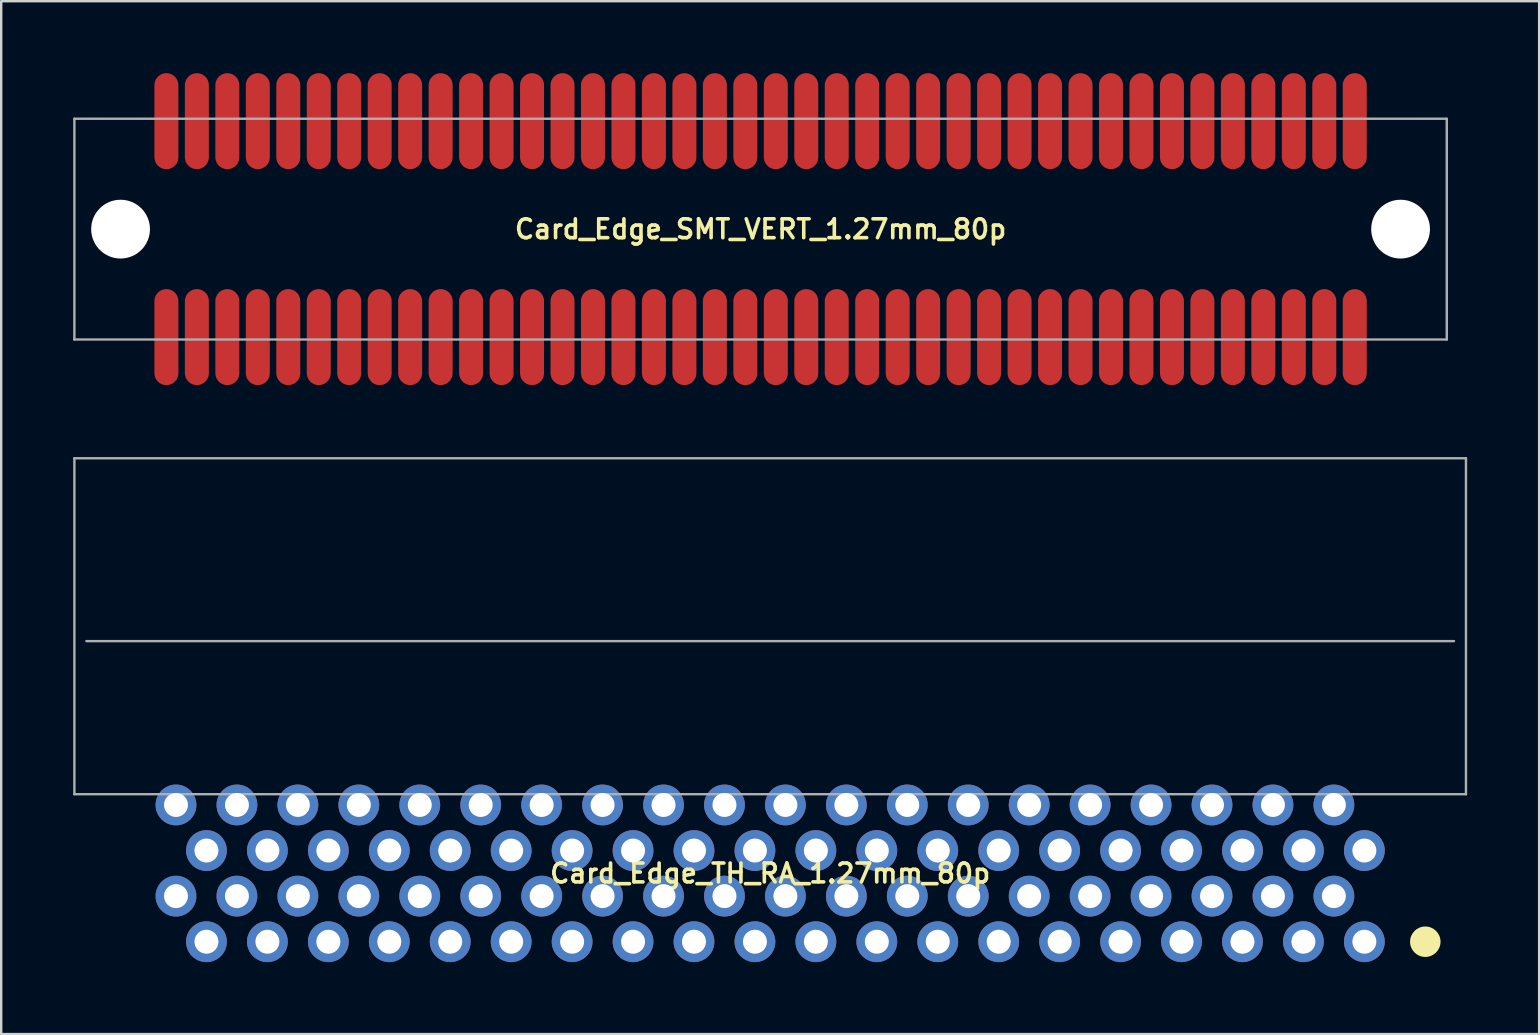
<source format=kicad_pcb>
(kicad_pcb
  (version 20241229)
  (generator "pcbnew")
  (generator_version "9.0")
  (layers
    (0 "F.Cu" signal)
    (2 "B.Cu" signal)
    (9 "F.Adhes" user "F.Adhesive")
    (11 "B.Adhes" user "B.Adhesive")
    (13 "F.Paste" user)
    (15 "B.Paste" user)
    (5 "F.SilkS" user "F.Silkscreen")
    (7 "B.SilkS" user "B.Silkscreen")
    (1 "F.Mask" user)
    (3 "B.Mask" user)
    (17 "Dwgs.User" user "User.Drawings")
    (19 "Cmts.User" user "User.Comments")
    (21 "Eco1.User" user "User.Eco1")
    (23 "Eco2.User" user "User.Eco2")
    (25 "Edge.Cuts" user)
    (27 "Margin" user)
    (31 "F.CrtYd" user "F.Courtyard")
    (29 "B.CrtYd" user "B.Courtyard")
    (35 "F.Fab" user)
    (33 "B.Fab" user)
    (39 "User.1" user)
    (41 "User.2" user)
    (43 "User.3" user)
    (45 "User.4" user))
  (footprint "Card_Edge_SMT_VERT_1.27mm_80p"
    (layer "F.Cu")
    (at 28.65 6.5)
    (property "Reference" "Card_Edge_SMT_VERT_1.27mm_80p" (at 0 0 0) (layer "F.SilkS") (effects (font (size 0.787 0.787) (thickness 0.15))))
    (attr smd)
    (fp_line (start -28.6 -4.6) (end 28.6 -4.6) (stroke (width 0.1) (type solid)) (layer "F.Fab"))
    (fp_line (start -28.6 4.6) (end -28.6 -4.6) (stroke (width 0.1) (type solid)) (layer "F.Fab"))
    (fp_line (start 28.6 -4.6) (end 28.6 4.6) (stroke (width 0.1) (type solid)) (layer "F.Fab"))
    (fp_line (start 28.6 4.6) (end -28.6 4.6) (stroke (width 0.1) (type solid)) (layer "F.Fab"))
    (fp_poly (pts (xy 27.94 4.128) (xy 26.988 3.81) (xy 27.94 3.492)) (stroke (width 0.002) (type solid)) (fill no) (layer "F.Fab"))
    (pad "" np_thru_hole circle (at -26.675 0) (size 2.45 2.45) (drill 2.45) (layers "*.Cu" "*.Mask"))
    (pad "" np_thru_hole circle (at 26.675 0) (size 2.45 2.45) (drill 2.45) (layers "*.Cu" "*.Mask"))
    (pad "1" smd oval (at 24.765 4.5) (size 1 4) (layers "F.Cu" "F.Mask" "F.Paste"))
    (pad "2" smd oval (at 23.495 4.5) (size 1 4) (layers "F.Cu" "F.Mask" "F.Paste"))
    (pad "3" smd oval (at 22.225 4.5) (size 1 4) (layers "F.Cu" "F.Mask" "F.Paste"))
    (pad "4" smd oval (at 20.955 4.5) (size 1 4) (layers "F.Cu" "F.Mask" "F.Paste"))
    (pad "5" smd oval (at 19.685 4.5) (size 1 4) (layers "F.Cu" "F.Mask" "F.Paste"))
    (pad "6" smd oval (at 18.415 4.5) (size 1 4) (layers "F.Cu" "F.Mask" "F.Paste"))
    (pad "7" smd oval (at 17.145 4.5) (size 1 4) (layers "F.Cu" "F.Mask" "F.Paste"))
    (pad "8" smd oval (at 15.875 4.5) (size 1 4) (layers "F.Cu" "F.Mask" "F.Paste"))
    (pad "9" smd oval (at 14.605 4.5) (size 1 4) (layers "F.Cu" "F.Mask" "F.Paste"))
    (pad "10" smd oval (at 13.335 4.5) (size 1 4) (layers "F.Cu" "F.Mask" "F.Paste"))
    (pad "11" smd oval (at 12.065 4.5) (size 1 4) (layers "F.Cu" "F.Mask" "F.Paste"))
    (pad "12" smd oval (at 10.795 4.5) (size 1 4) (layers "F.Cu" "F.Mask" "F.Paste"))
    (pad "13" smd oval (at 9.525 4.5) (size 1 4) (layers "F.Cu" "F.Mask" "F.Paste"))
    (pad "14" smd oval (at 8.255 4.5) (size 1 4) (layers "F.Cu" "F.Mask" "F.Paste"))
    (pad "15" smd oval (at 6.985 4.5) (size 1 4) (layers "F.Cu" "F.Mask" "F.Paste"))
    (pad "16" smd oval (at 5.715 4.5) (size 1 4) (layers "F.Cu" "F.Mask" "F.Paste"))
    (pad "17" smd oval (at 4.445 4.5) (size 1 4) (layers "F.Cu" "F.Mask" "F.Paste"))
    (pad "18" smd oval (at 3.175 4.5) (size 1 4) (layers "F.Cu" "F.Mask" "F.Paste"))
    (pad "19" smd oval (at 1.905 4.5) (size 1 4) (layers "F.Cu" "F.Mask" "F.Paste"))
    (pad "20" smd oval (at 0.635 4.5) (size 1 4) (layers "F.Cu" "F.Mask" "F.Paste"))
    (pad "21" smd oval (at -0.635 4.5) (size 1 4) (layers "F.Cu" "F.Mask" "F.Paste"))
    (pad "22" smd oval (at -1.905 4.5) (size 1 4) (layers "F.Cu" "F.Mask" "F.Paste"))
    (pad "23" smd oval (at -3.175 4.5) (size 1 4) (layers "F.Cu" "F.Mask" "F.Paste"))
    (pad "24" smd oval (at -4.445 4.5) (size 1 4) (layers "F.Cu" "F.Mask" "F.Paste"))
    (pad "25" smd oval (at -5.715 4.5) (size 1 4) (layers "F.Cu" "F.Mask" "F.Paste"))
    (pad "26" smd oval (at -6.985 4.5) (size 1 4) (layers "F.Cu" "F.Mask" "F.Paste"))
    (pad "27" smd oval (at -8.255 4.5) (size 1 4) (layers "F.Cu" "F.Mask" "F.Paste"))
    (pad "28" smd oval (at -9.525 4.5) (size 1 4) (layers "F.Cu" "F.Mask" "F.Paste"))
    (pad "29" smd oval (at -10.795 4.5) (size 1 4) (layers "F.Cu" "F.Mask" "F.Paste"))
    (pad "30" smd oval (at -12.065 4.5) (size 1 4) (layers "F.Cu" "F.Mask" "F.Paste"))
    (pad "31" smd oval (at -13.335 4.5) (size 1 4) (layers "F.Cu" "F.Mask" "F.Paste"))
    (pad "32" smd oval (at -14.605 4.5) (size 1 4) (layers "F.Cu" "F.Mask" "F.Paste"))
    (pad "33" smd oval (at -15.875 4.5) (size 1 4) (layers "F.Cu" "F.Mask" "F.Paste"))
    (pad "34" smd oval (at -17.145 4.5) (size 1 4) (layers "F.Cu" "F.Mask" "F.Paste"))
    (pad "35" smd oval (at -18.415 4.5) (size 1 4) (layers "F.Cu" "F.Mask" "F.Paste"))
    (pad "36" smd oval (at -19.685 4.5) (size 1 4) (layers "F.Cu" "F.Mask" "F.Paste"))
    (pad "37" smd oval (at -20.955 4.5) (size 1 4) (layers "F.Cu" "F.Mask" "F.Paste"))
    (pad "38" smd oval (at -22.225 4.5) (size 1 4) (layers "F.Cu" "F.Mask" "F.Paste"))
    (pad "39" smd oval (at -23.495 4.5) (size 1 4) (layers "F.Cu" "F.Mask" "F.Paste"))
    (pad "40" smd oval (at -24.765 4.5) (size 1 4) (layers "F.Cu" "F.Mask" "F.Paste"))
    (pad "41" smd oval (at -24.765 -4.5 180) (size 1 4) (layers "F.Cu" "F.Mask" "F.Paste"))
    (pad "42" smd oval (at -23.495 -4.5 180) (size 1 4) (layers "F.Cu" "F.Mask" "F.Paste"))
    (pad "43" smd oval (at -22.225 -4.5 180) (size 1 4) (layers "F.Cu" "F.Mask" "F.Paste"))
    (pad "44" smd oval (at -20.955 -4.5 180) (size 1 4) (layers "F.Cu" "F.Mask" "F.Paste"))
    (pad "45" smd oval (at -19.685 -4.5 180) (size 1 4) (layers "F.Cu" "F.Mask" "F.Paste"))
    (pad "46" smd oval (at -18.415 -4.5 180) (size 1 4) (layers "F.Cu" "F.Mask" "F.Paste"))
    (pad "47" smd oval (at -17.145 -4.5 180) (size 1 4) (layers "F.Cu" "F.Mask" "F.Paste"))
    (pad "48" smd oval (at -15.875 -4.5 180) (size 1 4) (layers "F.Cu" "F.Mask" "F.Paste"))
    (pad "49" smd oval (at -14.605 -4.5 180) (size 1 4) (layers "F.Cu" "F.Mask" "F.Paste"))
    (pad "50" smd oval (at -13.335 -4.5 180) (size 1 4) (layers "F.Cu" "F.Mask" "F.Paste"))
    (pad "51" smd oval (at -12.065 -4.5 180) (size 1 4) (layers "F.Cu" "F.Mask" "F.Paste"))
    (pad "52" smd oval (at -10.795 -4.5 180) (size 1 4) (layers "F.Cu" "F.Mask" "F.Paste"))
    (pad "53" smd oval (at -9.525 -4.5 180) (size 1 4) (layers "F.Cu" "F.Mask" "F.Paste"))
    (pad "54" smd oval (at -8.255 -4.5 180) (size 1 4) (layers "F.Cu" "F.Mask" "F.Paste"))
    (pad "55" smd oval (at -6.985 -4.5 180) (size 1 4) (layers "F.Cu" "F.Mask" "F.Paste"))
    (pad "56" smd oval (at -5.715 -4.5 180) (size 1 4) (layers "F.Cu" "F.Mask" "F.Paste"))
    (pad "57" smd oval (at -4.445 -4.5 180) (size 1 4) (layers "F.Cu" "F.Mask" "F.Paste"))
    (pad "58" smd oval (at -3.175 -4.5 180) (size 1 4) (layers "F.Cu" "F.Mask" "F.Paste"))
    (pad "59" smd oval (at -1.905 -4.5 180) (size 1 4) (layers "F.Cu" "F.Mask" "F.Paste"))
    (pad "60" smd oval (at -0.635 -4.5 180) (size 1 4) (layers "F.Cu" "F.Mask" "F.Paste"))
    (pad "61" smd oval (at 0.635 -4.5 180) (size 1 4) (layers "F.Cu" "F.Mask" "F.Paste"))
    (pad "62" smd oval (at 1.905 -4.5 180) (size 1 4) (layers "F.Cu" "F.Mask" "F.Paste"))
    (pad "63" smd oval (at 3.175 -4.5 180) (size 1 4) (layers "F.Cu" "F.Mask" "F.Paste"))
    (pad "64" smd oval (at 4.445 -4.5 180) (size 1 4) (layers "F.Cu" "F.Mask" "F.Paste"))
    (pad "65" smd oval (at 5.715 -4.5 180) (size 1 4) (layers "F.Cu" "F.Mask" "F.Paste"))
    (pad "66" smd oval (at 6.985 -4.5 180) (size 1 4) (layers "F.Cu" "F.Mask" "F.Paste"))
    (pad "67" smd oval (at 8.255 -4.5 180) (size 1 4) (layers "F.Cu" "F.Mask" "F.Paste"))
    (pad "68" smd oval (at 9.525 -4.5 180) (size 1 4) (layers "F.Cu" "F.Mask" "F.Paste"))
    (pad "69" smd oval (at 10.795 -4.5 180) (size 1 4) (layers "F.Cu" "F.Mask" "F.Paste"))
    (pad "70" smd oval (at 12.065 -4.5 180) (size 1 4) (layers "F.Cu" "F.Mask" "F.Paste"))
    (pad "71" smd oval (at 13.335 -4.5 180) (size 1 4) (layers "F.Cu" "F.Mask" "F.Paste"))
    (pad "72" smd oval (at 14.605 -4.5 180) (size 1 4) (layers "F.Cu" "F.Mask" "F.Paste"))
    (pad "73" smd oval (at 15.875 -4.5 180) (size 1 4) (layers "F.Cu" "F.Mask" "F.Paste"))
    (pad "74" smd oval (at 17.145 -4.5 180) (size 1 4) (layers "F.Cu" "F.Mask" "F.Paste"))
    (pad "75" smd oval (at 18.415 -4.5 180) (size 1 4) (layers "F.Cu" "F.Mask" "F.Paste"))
    (pad "76" smd oval (at 19.685 -4.5 180) (size 1 4) (layers "F.Cu" "F.Mask" "F.Paste"))
    (pad "77" smd oval (at 20.955 -4.5 180) (size 1 4) (layers "F.Cu" "F.Mask" "F.Paste"))
    (pad "78" smd oval (at 22.225 -4.5 180) (size 1 4) (layers "F.Cu" "F.Mask" "F.Paste"))
    (pad "79" smd oval (at 23.495 -4.5 180) (size 1 4) (layers "F.Cu" "F.Mask" "F.Paste"))
    (pad "80" smd oval (at 24.765 -4.5 180) (size 1 4) (layers "F.Cu" "F.Mask" "F.Paste")))
  (footprint "Card_Edge_TH_RA_1.27mm_80p"
    (layer "F.Cu")
    (at 29.05 33.35)
    (property "Reference" "Card_Edge_TH_RA_1.27mm_80p" (at 0 0 0) (layer "F.SilkS") (effects (font (size 0.787 0.787) (thickness 0.15))))
    (attr through_hole)
    (fp_circle (center 27.305 2.85) (end 27.94 2.85) (stroke (width 0) (type solid)) (fill yes) (layer "F.SilkS"))
    (fp_line (start -29 -17.3) (end 29 -17.3) (stroke (width 0.1) (type solid)) (layer "F.Fab"))
    (fp_line (start -29 -3.299) (end -29 -17.3) (stroke (width 0.1) (type solid)) (layer "F.Fab"))
    (fp_line (start -28.501 -9.679) (end 28.501 -9.679) (stroke (width 0.1) (type solid)) (layer "F.Fab"))
    (fp_line (start 29 -17.3) (end 29 -3.299) (stroke (width 0.1) (type solid)) (layer "F.Fab"))
    (fp_line (start 29 -3.299) (end -29 -3.299) (stroke (width 0.1) (type solid)) (layer "F.Fab"))
    (fp_poly (pts (xy 28.512 -16.262) (xy 27.559 -16.579) (xy 28.512 -16.896)) (stroke (width 0.002) (type solid)) (fill no) (layer "F.Fab"))
    (pad "1" thru_hole circle (at 24.765 2.85) (size 1.7 1.7) (drill 1) (layers "*.Cu" "*.Mask"))
    (pad "2" thru_hole circle (at 23.495 0.95) (size 1.7 1.7) (drill 1) (layers "*.Cu" "*.Mask"))
    (pad "3" thru_hole circle (at 22.225 2.85) (size 1.7 1.7) (drill 1) (layers "*.Cu" "*.Mask"))
    (pad "4" thru_hole circle (at 20.955 0.95) (size 1.7 1.7) (drill 1) (layers "*.Cu" "*.Mask"))
    (pad "5" thru_hole circle (at 19.685 2.85) (size 1.7 1.7) (drill 1) (layers "*.Cu" "*.Mask"))
    (pad "6" thru_hole circle (at 18.415 0.95) (size 1.7 1.7) (drill 1) (layers "*.Cu" "*.Mask"))
    (pad "7" thru_hole circle (at 17.145 2.85) (size 1.7 1.7) (drill 1) (layers "*.Cu" "*.Mask"))
    (pad "8" thru_hole circle (at 15.875 0.95) (size 1.7 1.7) (drill 1) (layers "*.Cu" "*.Mask"))
    (pad "9" thru_hole circle (at 14.605 2.85) (size 1.7 1.7) (drill 1) (layers "*.Cu" "*.Mask"))
    (pad "10" thru_hole circle (at 13.335 0.95) (size 1.7 1.7) (drill 1) (layers "*.Cu" "*.Mask"))
    (pad "11" thru_hole circle (at 12.065 2.85) (size 1.7 1.7) (drill 1) (layers "*.Cu" "*.Mask"))
    (pad "12" thru_hole circle (at 10.795 0.95) (size 1.7 1.7) (drill 1) (layers "*.Cu" "*.Mask"))
    (pad "13" thru_hole circle (at 9.525 2.85) (size 1.7 1.7) (drill 1) (layers "*.Cu" "*.Mask"))
    (pad "14" thru_hole circle (at 8.255 0.95) (size 1.7 1.7) (drill 1) (layers "*.Cu" "*.Mask"))
    (pad "15" thru_hole circle (at 6.985 2.85) (size 1.7 1.7) (drill 1) (layers "*.Cu" "*.Mask"))
    (pad "16" thru_hole circle (at 5.715 0.95) (size 1.7 1.7) (drill 1) (layers "*.Cu" "*.Mask"))
    (pad "17" thru_hole circle (at 4.445 2.85) (size 1.7 1.7) (drill 1) (layers "*.Cu" "*.Mask"))
    (pad "18" thru_hole circle (at 3.175 0.95) (size 1.7 1.7) (drill 1) (layers "*.Cu" "*.Mask"))
    (pad "19" thru_hole circle (at 1.905 2.85) (size 1.7 1.7) (drill 1) (layers "*.Cu" "*.Mask"))
    (pad "20" thru_hole circle (at 0.635 0.95) (size 1.7 1.7) (drill 1) (layers "*.Cu" "*.Mask"))
    (pad "21" thru_hole circle (at -0.635 2.85) (size 1.7 1.7) (drill 1) (layers "*.Cu" "*.Mask"))
    (pad "22" thru_hole circle (at -1.905 0.95) (size 1.7 1.7) (drill 1) (layers "*.Cu" "*.Mask"))
    (pad "23" thru_hole circle (at -3.175 2.85) (size 1.7 1.7) (drill 1) (layers "*.Cu" "*.Mask"))
    (pad "24" thru_hole circle (at -4.445 0.95) (size 1.7 1.7) (drill 1) (layers "*.Cu" "*.Mask"))
    (pad "25" thru_hole circle (at -5.715 2.85) (size 1.7 1.7) (drill 1) (layers "*.Cu" "*.Mask"))
    (pad "26" thru_hole circle (at -6.985 0.95) (size 1.7 1.7) (drill 1) (layers "*.Cu" "*.Mask"))
    (pad "27" thru_hole circle (at -8.255 2.85) (size 1.7 1.7) (drill 1) (layers "*.Cu" "*.Mask"))
    (pad "28" thru_hole circle (at -9.525 0.95) (size 1.7 1.7) (drill 1) (layers "*.Cu" "*.Mask"))
    (pad "29" thru_hole circle (at -10.795 2.85) (size 1.7 1.7) (drill 1) (layers "*.Cu" "*.Mask"))
    (pad "30" thru_hole circle (at -12.065 0.95) (size 1.7 1.7) (drill 1) (layers "*.Cu" "*.Mask"))
    (pad "31" thru_hole circle (at -13.335 2.85) (size 1.7 1.7) (drill 1) (layers "*.Cu" "*.Mask"))
    (pad "32" thru_hole circle (at -14.605 0.95) (size 1.7 1.7) (drill 1) (layers "*.Cu" "*.Mask"))
    (pad "33" thru_hole circle (at -15.875 2.85) (size 1.7 1.7) (drill 1) (layers "*.Cu" "*.Mask"))
    (pad "34" thru_hole circle (at -17.145 0.95) (size 1.7 1.7) (drill 1) (layers "*.Cu" "*.Mask"))
    (pad "35" thru_hole circle (at -18.415 2.85) (size 1.7 1.7) (drill 1) (layers "*.Cu" "*.Mask"))
    (pad "36" thru_hole circle (at -19.685 0.95) (size 1.7 1.7) (drill 1) (layers "*.Cu" "*.Mask"))
    (pad "37" thru_hole circle (at -20.955 2.85) (size 1.7 1.7) (drill 1) (layers "*.Cu" "*.Mask"))
    (pad "38" thru_hole circle (at -22.225 0.95) (size 1.7 1.7) (drill 1) (layers "*.Cu" "*.Mask"))
    (pad "39" thru_hole circle (at -23.495 2.85) (size 1.7 1.7) (drill 1) (layers "*.Cu" "*.Mask"))
    (pad "40" thru_hole circle (at -24.765 0.95) (size 1.7 1.7) (drill 1) (layers "*.Cu" "*.Mask"))
    (pad "41" thru_hole circle (at -24.765 -2.85) (size 1.7 1.7) (drill 1) (layers "*.Cu" "*.Mask"))
    (pad "42" thru_hole circle (at -23.495 -0.95) (size 1.7 1.7) (drill 1) (layers "*.Cu" "*.Mask"))
    (pad "43" thru_hole circle (at -22.225 -2.85) (size 1.7 1.7) (drill 1) (layers "*.Cu" "*.Mask"))
    (pad "44" thru_hole circle (at -20.955 -0.95) (size 1.7 1.7) (drill 1) (layers "*.Cu" "*.Mask"))
    (pad "45" thru_hole circle (at -19.685 -2.85) (size 1.7 1.7) (drill 1) (layers "*.Cu" "*.Mask"))
    (pad "46" thru_hole circle (at -18.415 -0.95) (size 1.7 1.7) (drill 1) (layers "*.Cu" "*.Mask"))
    (pad "47" thru_hole circle (at -17.145 -2.85) (size 1.7 1.7) (drill 1) (layers "*.Cu" "*.Mask"))
    (pad "48" thru_hole circle (at -15.875 -0.95) (size 1.7 1.7) (drill 1) (layers "*.Cu" "*.Mask"))
    (pad "49" thru_hole circle (at -14.605 -2.85) (size 1.7 1.7) (drill 1) (layers "*.Cu" "*.Mask"))
    (pad "50" thru_hole circle (at -13.335 -0.95) (size 1.7 1.7) (drill 1) (layers "*.Cu" "*.Mask"))
    (pad "51" thru_hole circle (at -12.065 -2.85) (size 1.7 1.7) (drill 1) (layers "*.Cu" "*.Mask"))
    (pad "52" thru_hole circle (at -10.795 -0.95) (size 1.7 1.7) (drill 1) (layers "*.Cu" "*.Mask"))
    (pad "53" thru_hole circle (at -9.525 -2.85) (size 1.7 1.7) (drill 1) (layers "*.Cu" "*.Mask"))
    (pad "54" thru_hole circle (at -8.255 -0.95) (size 1.7 1.7) (drill 1) (layers "*.Cu" "*.Mask"))
    (pad "55" thru_hole circle (at -6.985 -2.85) (size 1.7 1.7) (drill 1) (layers "*.Cu" "*.Mask"))
    (pad "56" thru_hole circle (at -5.715 -0.95) (size 1.7 1.7) (drill 1) (layers "*.Cu" "*.Mask"))
    (pad "57" thru_hole circle (at -4.445 -2.85) (size 1.7 1.7) (drill 1) (layers "*.Cu" "*.Mask"))
    (pad "58" thru_hole circle (at -3.175 -0.95) (size 1.7 1.7) (drill 1) (layers "*.Cu" "*.Mask"))
    (pad "59" thru_hole circle (at -1.905 -2.85) (size 1.7 1.7) (drill 1) (layers "*.Cu" "*.Mask"))
    (pad "60" thru_hole circle (at -0.635 -0.95) (size 1.7 1.7) (drill 1) (layers "*.Cu" "*.Mask"))
    (pad "61" thru_hole circle (at 0.635 -2.85) (size 1.7 1.7) (drill 1) (layers "*.Cu" "*.Mask"))
    (pad "62" thru_hole circle (at 1.905 -0.95) (size 1.7 1.7) (drill 1) (layers "*.Cu" "*.Mask"))
    (pad "63" thru_hole circle (at 3.175 -2.85) (size 1.7 1.7) (drill 1) (layers "*.Cu" "*.Mask"))
    (pad "64" thru_hole circle (at 4.445 -0.95) (size 1.7 1.7) (drill 1) (layers "*.Cu" "*.Mask"))
    (pad "65" thru_hole circle (at 5.715 -2.85) (size 1.7 1.7) (drill 1) (layers "*.Cu" "*.Mask"))
    (pad "66" thru_hole circle (at 6.985 -0.95) (size 1.7 1.7) (drill 1) (layers "*.Cu" "*.Mask"))
    (pad "67" thru_hole circle (at 8.255 -2.85) (size 1.7 1.7) (drill 1) (layers "*.Cu" "*.Mask"))
    (pad "68" thru_hole circle (at 9.525 -0.95) (size 1.7 1.7) (drill 1) (layers "*.Cu" "*.Mask"))
    (pad "69" thru_hole circle (at 10.795 -2.85) (size 1.7 1.7) (drill 1) (layers "*.Cu" "*.Mask"))
    (pad "70" thru_hole circle (at 12.065 -0.95) (size 1.7 1.7) (drill 1) (layers "*.Cu" "*.Mask"))
    (pad "71" thru_hole circle (at 13.335 -2.85) (size 1.7 1.7) (drill 1) (layers "*.Cu" "*.Mask"))
    (pad "72" thru_hole circle (at 14.605 -0.95) (size 1.7 1.7) (drill 1) (layers "*.Cu" "*.Mask"))
    (pad "73" thru_hole circle (at 15.875 -2.85) (size 1.7 1.7) (drill 1) (layers "*.Cu" "*.Mask"))
    (pad "74" thru_hole circle (at 17.145 -0.95) (size 1.7 1.7) (drill 1) (layers "*.Cu" "*.Mask"))
    (pad "75" thru_hole circle (at 18.415 -2.85) (size 1.7 1.7) (drill 1) (layers "*.Cu" "*.Mask"))
    (pad "76" thru_hole circle (at 19.685 -0.95) (size 1.7 1.7) (drill 1) (layers "*.Cu" "*.Mask"))
    (pad "77" thru_hole circle (at 20.955 -2.85) (size 1.7 1.7) (drill 1) (layers "*.Cu" "*.Mask"))
    (pad "78" thru_hole circle (at 22.225 -0.95) (size 1.7 1.7) (drill 1) (layers "*.Cu" "*.Mask"))
    (pad "79" thru_hole circle (at 23.495 -2.85) (size 1.7 1.7) (drill 1) (layers "*.Cu" "*.Mask"))
    (pad "80" thru_hole circle (at 24.765 -0.95) (size 1.7 1.7) (drill 1) (layers "*.Cu" "*.Mask")))
  (gr_rect
    (start -3 -3)
    (end 61.1 40.05)
    (stroke (width 0.1) (type default))
    (fill no)
    (layer "Edge.Cuts")))
</source>
